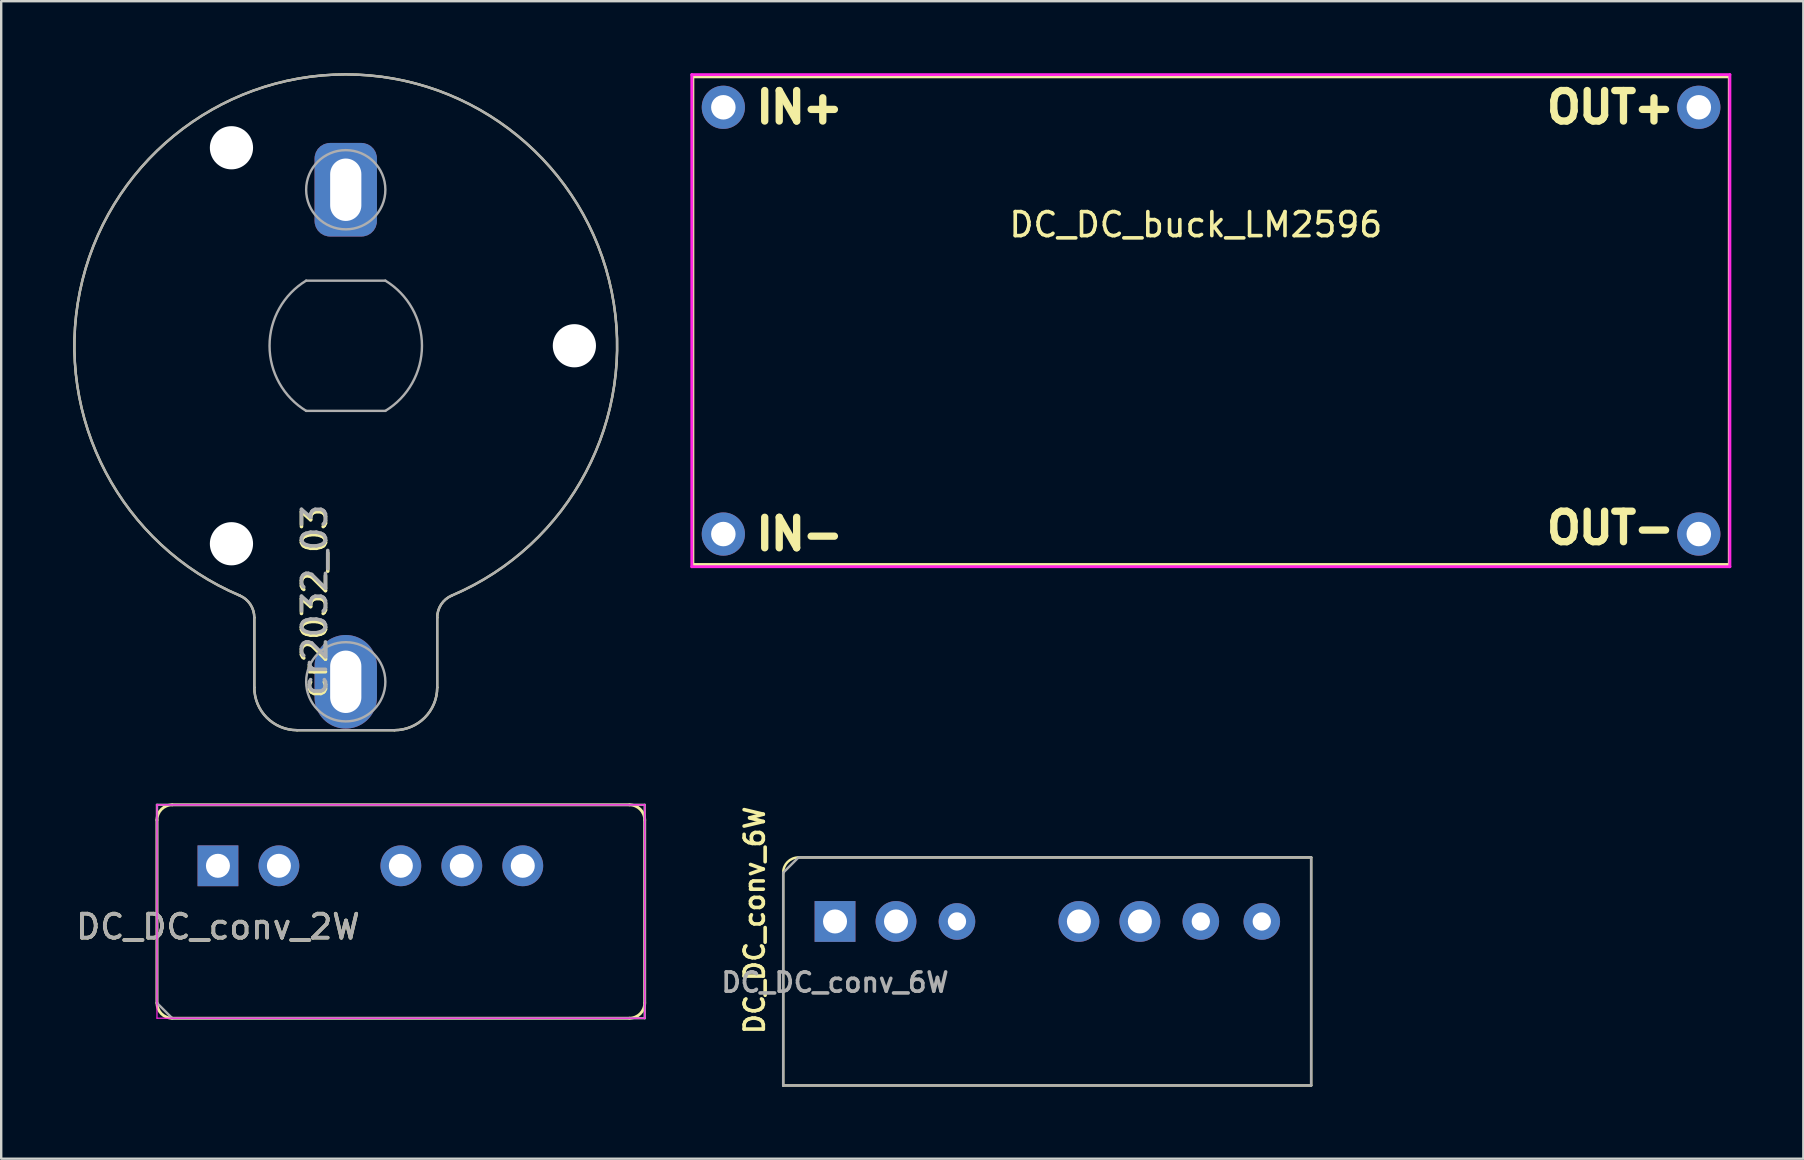
<source format=kicad_pcb>
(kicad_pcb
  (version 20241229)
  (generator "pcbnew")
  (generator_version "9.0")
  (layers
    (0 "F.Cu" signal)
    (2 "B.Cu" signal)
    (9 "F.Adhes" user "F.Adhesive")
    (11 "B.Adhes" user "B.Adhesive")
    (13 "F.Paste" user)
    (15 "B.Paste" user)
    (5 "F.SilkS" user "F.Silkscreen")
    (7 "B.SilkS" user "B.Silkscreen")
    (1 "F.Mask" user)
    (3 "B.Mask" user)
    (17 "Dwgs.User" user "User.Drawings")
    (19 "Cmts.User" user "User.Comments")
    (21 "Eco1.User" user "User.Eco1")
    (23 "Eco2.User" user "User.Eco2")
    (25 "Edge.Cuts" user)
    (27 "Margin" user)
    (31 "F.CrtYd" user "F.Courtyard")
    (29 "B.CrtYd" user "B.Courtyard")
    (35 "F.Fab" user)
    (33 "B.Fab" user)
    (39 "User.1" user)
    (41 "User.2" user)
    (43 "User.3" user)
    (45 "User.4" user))
  (footprint "DC_DC_conv_2W"
    (layer "F.Cu")
    (at 6.03 33.021)
    (property "Reference" "DC_DC_conv_2W" (at 0 2.54 180) (layer "F.SilkS") (effects (font (size 1 1) (thickness 0.15))))
    (attr through_hole)
    (fp_line (start -2.54 -1.905) (end -2.54 5.715) (stroke (width 0.12) (type solid)) (layer "F.SilkS"))
    (fp_line (start -1.905 6.35) (end 17.145 6.35) (stroke (width 0.12) (type solid)) (layer "F.SilkS"))
    (fp_line (start 17.145 -2.54) (end -1.905 -2.54) (stroke (width 0.12) (type solid)) (layer "F.SilkS"))
    (fp_line (start 17.78 5.715) (end 17.78 -1.905) (stroke (width 0.12) (type solid)) (layer "F.SilkS"))
    (fp_arc (start -2.54 -1.905) (mid -2.354013 -2.354013) (end -1.905 -2.54) (stroke (width 0.12) (type solid)) (layer "F.SilkS"))
    (fp_arc (start -1.905 6.35) (mid -2.354013 6.164013) (end -2.54 5.715) (stroke (width 0.12) (type solid)) (layer "F.SilkS"))
    (fp_arc (start 17.145 -2.54) (mid 17.594013 -2.354013) (end 17.78 -1.905) (stroke (width 0.12) (type solid)) (layer "F.SilkS"))
    (fp_arc (start 17.78 5.715) (mid 17.594013 6.164013) (end 17.145 6.35) (stroke (width 0.12) (type solid)) (layer "F.SilkS"))
    (fp_line (start -2.54 -2.54) (end -2.54 6.35) (stroke (width 0.05) (type solid)) (layer "F.CrtYd"))
    (fp_line (start -2.54 6.35) (end 17.78 6.35) (stroke (width 0.05) (type solid)) (layer "F.CrtYd"))
    (fp_line (start 17.78 -2.54) (end -2.54 -2.54) (stroke (width 0.05) (type solid)) (layer "F.CrtYd"))
    (fp_line (start 17.78 6.35) (end 17.78 -2.54) (stroke (width 0.05) (type solid)) (layer "F.CrtYd"))
    (fp_line (start -2.54 -2.54) (end 17.78 -2.54) (stroke (width 0.1) (type solid)) (layer "F.Fab"))
    (fp_line (start -2.54 5.715) (end -2.54 -2.54) (stroke (width 0.1) (type solid)) (layer "F.Fab"))
    (fp_line (start -2.54 5.715) (end -1.905 6.35) (stroke (width 0.1) (type solid)) (layer "F.Fab"))
    (fp_line (start 17.78 -2.54) (end 17.78 6.35) (stroke (width 0.1) (type solid)) (layer "F.Fab"))
    (fp_line (start 17.78 6.35) (end -1.905 6.35) (stroke (width 0.1) (type solid)) (layer "F.Fab"))
    (fp_text user "${REFERENCE}" (at 0 2.54 0) (layer "F.Fab") (effects (font (size 1 1) (thickness 0.15))))
    (pad "GND" thru_hole oval (at 7.62 0 90) (size 1.7 1.7) (drill 1) (layers "*.Cu" "*.Mask"))
    (pad "GNDPWR" thru_hole oval (at 2.54 0 90) (size 1.7 1.7) (drill 1) (layers "*.Cu" "*.Mask"))
    (pad "NC" thru_hole oval (at 10.16 0 90) (size 1.7 1.7) (drill 1) (layers "*.Cu" "*.Mask"))
    (pad "VIN" thru_hole rect (at 0 0 90) (size 1.7 1.7) (drill 1) (layers "*.Cu" "*.Mask"))
    (pad "VO" thru_hole oval (at 12.7 0 90) (size 1.7 1.7) (drill 1) (layers "*.Cu" "*.Mask")))
  (footprint "DC_DC_conv_6W"
    (layer "F.Cu")
    (at 31.739 35.34)
    (property "Reference" "DC_DC_conv_6W" (at -3.35 -0.05 270) (layer "F.SilkS") (effects (font (size 0.8 0.8) (thickness 0.15))))
    (attr through_hole)
    (fp_line (start -2.159 -2.032) (end -2.159 6.833) (stroke (width 0.102) (type solid)) (layer "F.SilkS"))
    (fp_line (start -2.159 6.833) (end 19.837 6.833) (stroke (width 0.102) (type solid)) (layer "F.SilkS"))
    (fp_line (start 19.837 -2.667) (end -1.524 -2.667) (stroke (width 0.102) (type solid)) (layer "F.SilkS"))
    (fp_line (start 19.837 6.833) (end 19.837 -2.667) (stroke (width 0.102) (type solid)) (layer "F.SilkS"))
    (fp_arc (start -2.159 -2.032) (mid -1.973013 -2.481013) (end -1.524 -2.667) (stroke (width 0.1016) (type solid)) (layer "F.SilkS"))
    (fp_line (start -2.159 6.833) (end -2.159 -2.032) (stroke (width 0.102) (type solid)) (layer "F.Fab"))
    (fp_line (start -1.524 -2.667) (end -2.159 -2.032) (stroke (width 0.102) (type solid)) (layer "F.Fab"))
    (fp_line (start -1.524 -2.667) (end 19.837 -2.667) (stroke (width 0.102) (type solid)) (layer "F.Fab"))
    (fp_line (start 19.837 -2.667) (end 19.837 6.833) (stroke (width 0.102) (type solid)) (layer "F.Fab"))
    (fp_line (start 19.837 6.833) (end -2.159 6.833) (stroke (width 0.102) (type solid)) (layer "F.Fab"))
    (fp_text user "${REFERENCE}" (at 0 2.54 180) (layer "F.Fab") (effects (font (size 0.8 0.8) (thickness 0.15))))
    (pad "CTR" thru_hole circle (at 5.08 0) (size 1.524 1.524) (drill 0.762) (layers "*.Cu" "*.Mask"))
    (pad "GND" thru_hole circle (at 15.24 0) (size 1.524 1.524) (drill 0.762) (layers "*.Cu" "*.Mask"))
    (pad "GNDPWR" thru_hole rect (at 0 0 90) (size 1.7 1.7) (drill 1) (layers "*.Cu" "*.Mask"))
    (pad "NC" thru_hole oval (at 10.16 0 90) (size 1.7 1.7) (drill 1) (layers "*.Cu" "*.Mask"))
    (pad "NC" thru_hole circle (at 17.78 0) (size 1.524 1.524) (drill 0.762) (layers "*.Cu" "*.Mask"))
    (pad "VIN" thru_hole oval (at 2.54 0 90) (size 1.7 1.7) (drill 1) (layers "*.Cu" "*.Mask"))
    (pad "VO" thru_hole oval (at 12.7 0 90) (size 1.7 1.7) (drill 1) (layers "*.Cu" "*.Mask")))
  (footprint "DC_DC_buck_LM2596"
    (layer "F.Cu")
    (at 46.771 10.31)
    (property "Reference" "DC_DC_buck_LM2596" (at 0 -4 0) (layer "F.SilkS") (effects (font (size 1 1) (thickness 0.15))))
    (attr through_hole)
    (fp_line (start -20.955 -10.16) (end 22.225 -10.16) (stroke (width 0.12) (type solid)) (layer "F.SilkS"))
    (fp_line (start -20.955 10.16) (end -20.955 -10.16) (stroke (width 0.12) (type solid)) (layer "F.SilkS"))
    (fp_line (start 22.225 -10.16) (end 22.225 10.16) (stroke (width 0.12) (type solid)) (layer "F.SilkS"))
    (fp_line (start 22.225 10.16) (end -20.955 10.16) (stroke (width 0.12) (type solid)) (layer "F.SilkS"))
    (fp_line (start -21 -10.25) (end 22.25 -10.25) (stroke (width 0.12) (type solid)) (layer "F.CrtYd"))
    (fp_line (start -21 10.25) (end -21 -10.25) (stroke (width 0.12) (type solid)) (layer "F.CrtYd"))
    (fp_line (start 22.25 -10.25) (end 22.25 10.25) (stroke (width 0.12) (type solid)) (layer "F.CrtYd"))
    (fp_line (start 22.25 10.25) (end -21 10.25) (stroke (width 0.12) (type solid)) (layer "F.CrtYd"))
    (fp_text user "OUT-" (at 17.272 8.636 0) (layer "F.SilkS") (effects (font (size 1.27 1.27) (thickness 0.305))))
    (fp_text user "IN-" (at -16.51 8.89 0) (layer "F.SilkS") (effects (font (size 1.27 1.27) (thickness 0.305))))
    (fp_text user "IN+" (at -16.51 -8.89 0) (layer "F.SilkS") (effects (font (size 1.27 1.27) (thickness 0.305))))
    (fp_text user "OUT+" (at 17.272 -8.89 0) (layer "F.SilkS") (effects (font (size 1.27 1.27) (thickness 0.305))))
    (pad "1" thru_hole circle (at -19.685 -8.89) (size 1.8 1.8) (drill 1.02) (layers "*.Cu" "*.Mask"))
    (pad "2" thru_hole circle (at -19.685 8.89) (size 1.8 1.8) (drill 1.02) (layers "*.Cu" "*.Mask"))
    (pad "4" thru_hole circle (at 20.955 8.89) (size 1.8 1.8) (drill 1.02) (layers "*.Cu" "*.Mask"))
    (pad "6" thru_hole circle (at 20.955 -8.89) (size 1.8 1.8) (drill 1.02) (layers "*.Cu" "*.Mask")))
  (footprint "cr2032_03"
    (layer "F.Cu")
    (at 11.355 11.355)
    (property "Reference" "cr2032_03" (at -1.3 10.7 90) (layer "F.SilkS") (effects (font (size 1 1) (thickness 0.15))))
    (attr smd)
    (fp_line (start -3.81 11.326) (end -3.81 14.236) (stroke (width 0.1) (type solid)) (layer "F.SilkS"))
    (fp_line (start -2.03 16.016) (end 2.03 16.016) (stroke (width 0.1) (type solid)) (layer "F.SilkS"))
    (fp_line (start 3.81 11.326) (end 3.81 14.236) (stroke (width 0.1) (type solid)) (layer "F.SilkS"))
    (fp_arc (start -4.419269 10.405495) (mid -3.976114 10.774063) (end -3.81 11.326) (stroke (width 0.1) (type solid)) (layer "F.SilkS"))
    (fp_arc (start -4.415755 10.407378) (mid -0.001763 -11.305415) (end 4.419 10.406) (stroke (width 0.1) (type solid)) (layer "F.SilkS"))
    (fp_arc (start -2.03 16.016) (mid -3.28865 15.49465) (end -3.81 14.236) (stroke (width 0.1) (type solid)) (layer "F.SilkS"))
    (fp_arc (start 3.81 14.236) (mid 3.28865 15.49465) (end 2.03 16.016) (stroke (width 0.1) (type solid)) (layer "F.SilkS"))
    (fp_arc (start 3.81036 11.326445) (mid 3.976169 10.774633) (end 4.419 10.406) (stroke (width 0.1) (type solid)) (layer "F.SilkS"))
    (fp_line (start -3.81 11.326) (end -3.81 14.236) (stroke (width 0.1) (type solid)) (layer "F.Fab"))
    (fp_line (start -2.03 16.016) (end 2.03 16.016) (stroke (width 0.1) (type solid)) (layer "F.Fab"))
    (fp_line (start -1.65 2.713) (end 1.65 2.713) (stroke (width 0.1) (type solid)) (layer "F.Fab"))
    (fp_line (start 1.65 -2.713) (end -1.65 -2.713) (stroke (width 0.1) (type solid)) (layer "F.Fab"))
    (fp_line (start 3.81 11.326) (end 3.81 14.236) (stroke (width 0.1) (type solid)) (layer "F.Fab"))
    (fp_arc (start -4.419269 10.405495) (mid -3.976114 10.774063) (end -3.81 11.326) (stroke (width 0.1) (type solid)) (layer "F.Fab"))
    (fp_arc (start -4.415755 10.407378) (mid -0.001763 -11.305415) (end 4.419 10.406) (stroke (width 0.1) (type solid)) (layer "F.Fab"))
    (fp_arc (start -2.03 16.016) (mid -3.28865 15.49465) (end -3.81 14.236) (stroke (width 0.1) (type solid)) (layer "F.Fab"))
    (fp_arc (start -1.649313 2.713417) (mid -3.175353 0.000402) (end -1.65 -2.713) (stroke (width 0.1) (type solid)) (layer "F.Fab"))
    (fp_arc (start 1.649313 -2.713417) (mid 3.175353 -0.000402) (end 1.65 2.713) (stroke (width 0.1) (type solid)) (layer "F.Fab"))
    (fp_arc (start 3.81 14.236) (mid 3.28865 15.49465) (end 2.03 16.016) (stroke (width 0.1) (type solid)) (layer "F.Fab"))
    (fp_arc (start 3.81036 11.326445) (mid 3.976169 10.774633) (end 4.419 10.406) (stroke (width 0.1) (type solid)) (layer "F.Fab"))
    (fp_circle (center -4.762 -8.249) (end -3.962 -8.249) (stroke (width 0.1) (type solid)) (fill no) (layer "F.Fab"))
    (fp_circle (center -4.762 8.249) (end -3.962 8.249) (stroke (width 0.1) (type solid)) (fill no) (layer "F.Fab"))
    (fp_circle (center 0 -6.5) (end 1.65 -6.5) (stroke (width 0.1) (type solid)) (fill no) (layer "F.Fab"))
    (fp_circle (center 0 14) (end 1.65 14) (stroke (width 0.1) (type solid)) (fill no) (layer "F.Fab"))
    (fp_circle (center 9.525 0) (end 10.325 0) (stroke (width 0.1) (type solid)) (fill no) (layer "F.Fab"))
    (fp_text user "${REFERENCE}" (at -1.3 10.6 90) (layer "F.Fab") (effects (font (size 1 1) (thickness 0.15))))
    (pad "" np_thru_hole circle (at -4.762 -8.249) (size 1.8 1.8) (drill 1.8) (layers "*.Cu" "*.Mask"))
    (pad "" np_thru_hole circle (at -4.762 8.249) (size 1.8 1.8) (drill 1.8) (layers "*.Cu" "*.Mask"))
    (pad "" np_thru_hole circle (at 9.525 0) (size 1.8 1.8) (drill 1.8) (layers "*.Cu" "*.Mask"))
    (pad "1" thru_hole oval (at 0 14) (size 2.6 3.9) (drill oval 1.3 2.6) (layers "*.Cu" "*.Mask"))
    (pad "2" thru_hole roundrect (at 0 -6.5) (size 2.6 3.9) (drill oval 1.3 2.6) (layers "*.Cu" "*.Mask") (roundrect_rratio 0.25)))
  (gr_rect
    (start -3 -3)
    (end 72.081 45.224)
    (stroke (width 0.1) (type default))
    (fill no)
    (layer "Edge.Cuts")))
</source>
